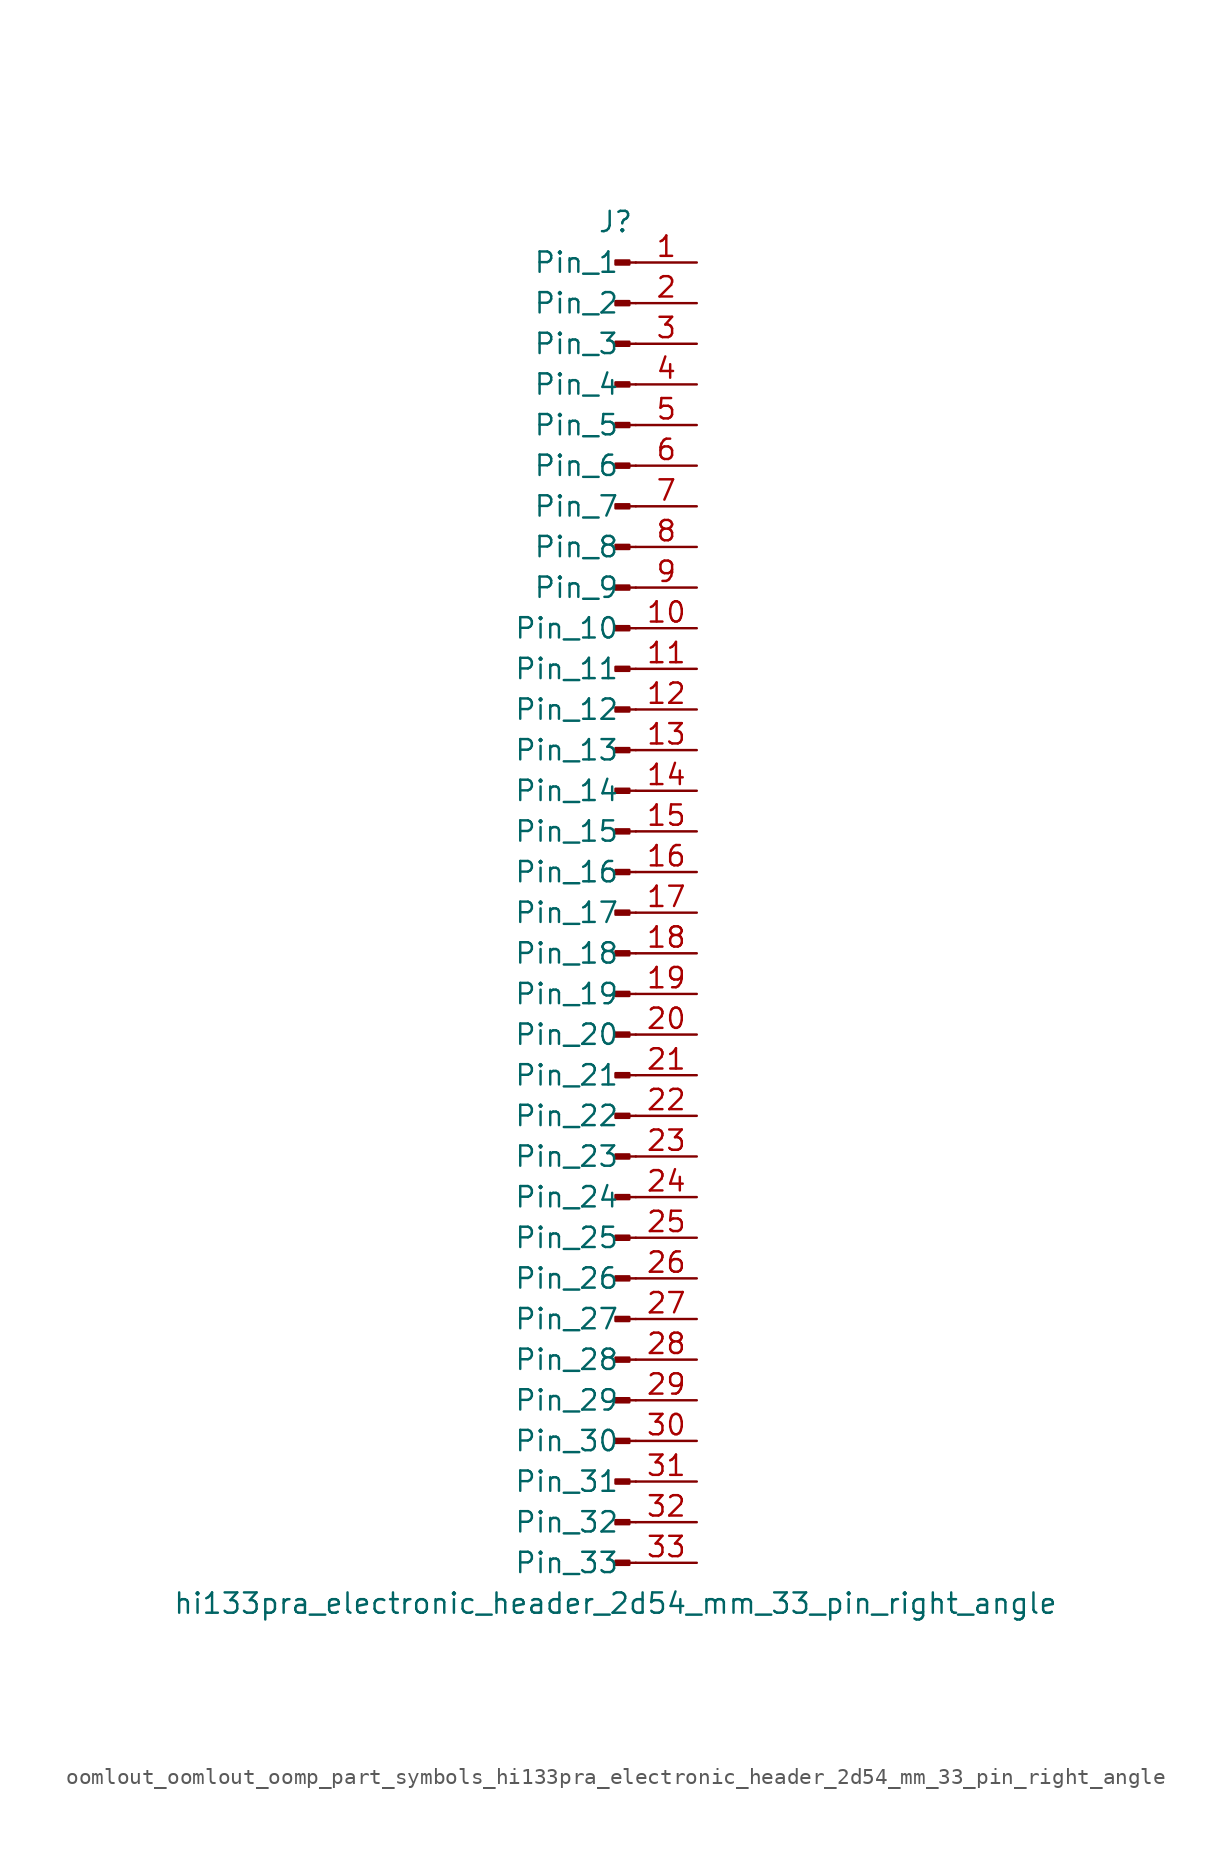
<source format=kicad_sym>
(kicad_symbol_lib
  (version 20220914)
  (generator kicad_symbol_editor)
  (symbol "oomlout_oomlout_oomp_part_symbols_hi133pra_electronic_header_2d54_mm_33_pin_right_angle"
    (pin_names
      (offset 1.016))
    (property "Reference" "J"
      (at 0 43.18 0)
      (effects (font (size 1.27 1.27))))
    (property "Value" "hi133pra_electronic_header_2d54_mm_33_pin_right_angle"
      (at 0 -43.18 0)
      (effects (font (size 1.27 1.27))))
    (property "ki_locked" ""
      (at 0 0 0)
      (effects (font (size 1.27 1.27))))
    (symbol "oomlout_oomlout_oomp_part_symbols_hi133pra_electronic_header_2d54_mm_33_pin_right_angle_1_1"
      (polyline (pts (xy 1.27 -40.64) (xy 0.864 -40.64)) (stroke (width 0.152) (type default)) (fill (type none)))
      (polyline (pts (xy 1.27 -38.1) (xy 0.864 -38.1)) (stroke (width 0.152) (type default)) (fill (type none)))
      (polyline (pts (xy 1.27 -35.56) (xy 0.864 -35.56)) (stroke (width 0.152) (type default)) (fill (type none)))
      (polyline (pts (xy 1.27 -33.02) (xy 0.864 -33.02)) (stroke (width 0.152) (type default)) (fill (type none)))
      (polyline (pts (xy 1.27 -30.48) (xy 0.864 -30.48)) (stroke (width 0.152) (type default)) (fill (type none)))
      (polyline (pts (xy 1.27 -27.94) (xy 0.864 -27.94)) (stroke (width 0.152) (type default)) (fill (type none)))
      (polyline (pts (xy 1.27 -25.4) (xy 0.864 -25.4)) (stroke (width 0.152) (type default)) (fill (type none)))
      (polyline (pts (xy 1.27 -22.86) (xy 0.864 -22.86)) (stroke (width 0.152) (type default)) (fill (type none)))
      (polyline (pts (xy 1.27 -20.32) (xy 0.864 -20.32)) (stroke (width 0.152) (type default)) (fill (type none)))
      (polyline (pts (xy 1.27 -17.78) (xy 0.864 -17.78)) (stroke (width 0.152) (type default)) (fill (type none)))
      (polyline (pts (xy 1.27 -15.24) (xy 0.864 -15.24)) (stroke (width 0.152) (type default)) (fill (type none)))
      (polyline (pts (xy 1.27 -12.7) (xy 0.864 -12.7)) (stroke (width 0.152) (type default)) (fill (type none)))
      (polyline (pts (xy 1.27 -10.16) (xy 0.864 -10.16)) (stroke (width 0.152) (type default)) (fill (type none)))
      (polyline (pts (xy 1.27 -7.62) (xy 0.864 -7.62)) (stroke (width 0.152) (type default)) (fill (type none)))
      (polyline (pts (xy 1.27 -5.08) (xy 0.864 -5.08)) (stroke (width 0.152) (type default)) (fill (type none)))
      (polyline (pts (xy 1.27 -2.54) (xy 0.864 -2.54)) (stroke (width 0.152) (type default)) (fill (type none)))
      (polyline (pts (xy 1.27 0) (xy 0.864 0)) (stroke (width 0.152) (type default)) (fill (type none)))
      (polyline (pts (xy 1.27 2.54) (xy 0.864 2.54)) (stroke (width 0.152) (type default)) (fill (type none)))
      (polyline (pts (xy 1.27 5.08) (xy 0.864 5.08)) (stroke (width 0.152) (type default)) (fill (type none)))
      (polyline (pts (xy 1.27 7.62) (xy 0.864 7.62)) (stroke (width 0.152) (type default)) (fill (type none)))
      (polyline (pts (xy 1.27 10.16) (xy 0.864 10.16)) (stroke (width 0.152) (type default)) (fill (type none)))
      (polyline (pts (xy 1.27 12.7) (xy 0.864 12.7)) (stroke (width 0.152) (type default)) (fill (type none)))
      (polyline (pts (xy 1.27 15.24) (xy 0.864 15.24)) (stroke (width 0.152) (type default)) (fill (type none)))
      (polyline (pts (xy 1.27 17.78) (xy 0.864 17.78)) (stroke (width 0.152) (type default)) (fill (type none)))
      (polyline (pts (xy 1.27 20.32) (xy 0.864 20.32)) (stroke (width 0.152) (type default)) (fill (type none)))
      (polyline (pts (xy 1.27 22.86) (xy 0.864 22.86)) (stroke (width 0.152) (type default)) (fill (type none)))
      (polyline (pts (xy 1.27 25.4) (xy 0.864 25.4)) (stroke (width 0.152) (type default)) (fill (type none)))
      (polyline (pts (xy 1.27 27.94) (xy 0.864 27.94)) (stroke (width 0.152) (type default)) (fill (type none)))
      (polyline (pts (xy 1.27 30.48) (xy 0.864 30.48)) (stroke (width 0.152) (type default)) (fill (type none)))
      (polyline (pts (xy 1.27 33.02) (xy 0.864 33.02)) (stroke (width 0.152) (type default)) (fill (type none)))
      (polyline (pts (xy 1.27 35.56) (xy 0.864 35.56)) (stroke (width 0.152) (type default)) (fill (type none)))
      (polyline (pts (xy 1.27 38.1) (xy 0.864 38.1)) (stroke (width 0.152) (type default)) (fill (type none)))
      (polyline (pts (xy 1.27 40.64) (xy 0.864 40.64)) (stroke (width 0.152) (type default)) (fill (type none)))
      (rectangle (start 0.864 -40.513) (end 0 -40.767) (stroke (width 0.152) (type default)) (fill (type outline)))
      (rectangle (start 0.864 -37.973) (end 0 -38.227) (stroke (width 0.152) (type default)) (fill (type outline)))
      (rectangle (start 0.864 -35.433) (end 0 -35.687) (stroke (width 0.152) (type default)) (fill (type outline)))
      (rectangle (start 0.864 -32.893) (end 0 -33.147) (stroke (width 0.152) (type default)) (fill (type outline)))
      (rectangle (start 0.864 -30.353) (end 0 -30.607) (stroke (width 0.152) (type default)) (fill (type outline)))
      (rectangle (start 0.864 -27.813) (end 0 -28.067) (stroke (width 0.152) (type default)) (fill (type outline)))
      (rectangle (start 0.864 -25.273) (end 0 -25.527) (stroke (width 0.152) (type default)) (fill (type outline)))
      (rectangle (start 0.864 -22.733) (end 0 -22.987) (stroke (width 0.152) (type default)) (fill (type outline)))
      (rectangle (start 0.864 -20.193) (end 0 -20.447) (stroke (width 0.152) (type default)) (fill (type outline)))
      (rectangle (start 0.864 -17.653) (end 0 -17.907) (stroke (width 0.152) (type default)) (fill (type outline)))
      (rectangle (start 0.864 -15.113) (end 0 -15.367) (stroke (width 0.152) (type default)) (fill (type outline)))
      (rectangle (start 0.864 -12.573) (end 0 -12.827) (stroke (width 0.152) (type default)) (fill (type outline)))
      (rectangle (start 0.864 -10.033) (end 0 -10.287) (stroke (width 0.152) (type default)) (fill (type outline)))
      (rectangle (start 0.864 -7.493) (end 0 -7.747) (stroke (width 0.152) (type default)) (fill (type outline)))
      (rectangle (start 0.864 -4.953) (end 0 -5.207) (stroke (width 0.152) (type default)) (fill (type outline)))
      (rectangle (start 0.864 -2.413) (end 0 -2.667) (stroke (width 0.152) (type default)) (fill (type outline)))
      (rectangle (start 0.864 0.127) (end 0 -0.127) (stroke (width 0.152) (type default)) (fill (type outline)))
      (rectangle (start 0.864 2.667) (end 0 2.413) (stroke (width 0.152) (type default)) (fill (type outline)))
      (rectangle (start 0.864 5.207) (end 0 4.953) (stroke (width 0.152) (type default)) (fill (type outline)))
      (rectangle (start 0.864 7.747) (end 0 7.493) (stroke (width 0.152) (type default)) (fill (type outline)))
      (rectangle (start 0.864 10.287) (end 0 10.033) (stroke (width 0.152) (type default)) (fill (type outline)))
      (rectangle (start 0.864 12.827) (end 0 12.573) (stroke (width 0.152) (type default)) (fill (type outline)))
      (rectangle (start 0.864 15.367) (end 0 15.113) (stroke (width 0.152) (type default)) (fill (type outline)))
      (rectangle (start 0.864 17.907) (end 0 17.653) (stroke (width 0.152) (type default)) (fill (type outline)))
      (rectangle (start 0.864 20.447) (end 0 20.193) (stroke (width 0.152) (type default)) (fill (type outline)))
      (rectangle (start 0.864 22.987) (end 0 22.733) (stroke (width 0.152) (type default)) (fill (type outline)))
      (rectangle (start 0.864 25.527) (end 0 25.273) (stroke (width 0.152) (type default)) (fill (type outline)))
      (rectangle (start 0.864 28.067) (end 0 27.813) (stroke (width 0.152) (type default)) (fill (type outline)))
      (rectangle (start 0.864 30.607) (end 0 30.353) (stroke (width 0.152) (type default)) (fill (type outline)))
      (rectangle (start 0.864 33.147) (end 0 32.893) (stroke (width 0.152) (type default)) (fill (type outline)))
      (rectangle (start 0.864 35.687) (end 0 35.433) (stroke (width 0.152) (type default)) (fill (type outline)))
      (rectangle (start 0.864 38.227) (end 0 37.973) (stroke (width 0.152) (type default)) (fill (type outline)))
      (rectangle (start 0.864 40.767) (end 0 40.513) (stroke (width 0.152) (type default)) (fill (type outline)))
      (pin passive line (at 5.08 40.64 180) (length 3.81) (name "Pin_1" (effects (font (size 1.27 1.27)))) (number "1" (effects (font (size 1.27 1.27)))))
      (pin passive line (at 5.08 17.78 180) (length 3.81) (name "Pin_10" (effects (font (size 1.27 1.27)))) (number "10" (effects (font (size 1.27 1.27)))))
      (pin passive line (at 5.08 15.24 180) (length 3.81) (name "Pin_11" (effects (font (size 1.27 1.27)))) (number "11" (effects (font (size 1.27 1.27)))))
      (pin passive line (at 5.08 12.7 180) (length 3.81) (name "Pin_12" (effects (font (size 1.27 1.27)))) (number "12" (effects (font (size 1.27 1.27)))))
      (pin passive line (at 5.08 10.16 180) (length 3.81) (name "Pin_13" (effects (font (size 1.27 1.27)))) (number "13" (effects (font (size 1.27 1.27)))))
      (pin passive line (at 5.08 7.62 180) (length 3.81) (name "Pin_14" (effects (font (size 1.27 1.27)))) (number "14" (effects (font (size 1.27 1.27)))))
      (pin passive line (at 5.08 5.08 180) (length 3.81) (name "Pin_15" (effects (font (size 1.27 1.27)))) (number "15" (effects (font (size 1.27 1.27)))))
      (pin passive line (at 5.08 2.54 180) (length 3.81) (name "Pin_16" (effects (font (size 1.27 1.27)))) (number "16" (effects (font (size 1.27 1.27)))))
      (pin passive line (at 5.08 0 180) (length 3.81) (name "Pin_17" (effects (font (size 1.27 1.27)))) (number "17" (effects (font (size 1.27 1.27)))))
      (pin passive line (at 5.08 -2.54 180) (length 3.81) (name "Pin_18" (effects (font (size 1.27 1.27)))) (number "18" (effects (font (size 1.27 1.27)))))
      (pin passive line (at 5.08 -5.08 180) (length 3.81) (name "Pin_19" (effects (font (size 1.27 1.27)))) (number "19" (effects (font (size 1.27 1.27)))))
      (pin passive line (at 5.08 38.1 180) (length 3.81) (name "Pin_2" (effects (font (size 1.27 1.27)))) (number "2" (effects (font (size 1.27 1.27)))))
      (pin passive line (at 5.08 -7.62 180) (length 3.81) (name "Pin_20" (effects (font (size 1.27 1.27)))) (number "20" (effects (font (size 1.27 1.27)))))
      (pin passive line (at 5.08 -10.16 180) (length 3.81) (name "Pin_21" (effects (font (size 1.27 1.27)))) (number "21" (effects (font (size 1.27 1.27)))))
      (pin passive line (at 5.08 -12.7 180) (length 3.81) (name "Pin_22" (effects (font (size 1.27 1.27)))) (number "22" (effects (font (size 1.27 1.27)))))
      (pin passive line (at 5.08 -15.24 180) (length 3.81) (name "Pin_23" (effects (font (size 1.27 1.27)))) (number "23" (effects (font (size 1.27 1.27)))))
      (pin passive line (at 5.08 -17.78 180) (length 3.81) (name "Pin_24" (effects (font (size 1.27 1.27)))) (number "24" (effects (font (size 1.27 1.27)))))
      (pin passive line (at 5.08 -20.32 180) (length 3.81) (name "Pin_25" (effects (font (size 1.27 1.27)))) (number "25" (effects (font (size 1.27 1.27)))))
      (pin passive line (at 5.08 -22.86 180) (length 3.81) (name "Pin_26" (effects (font (size 1.27 1.27)))) (number "26" (effects (font (size 1.27 1.27)))))
      (pin passive line (at 5.08 -25.4 180) (length 3.81) (name "Pin_27" (effects (font (size 1.27 1.27)))) (number "27" (effects (font (size 1.27 1.27)))))
      (pin passive line (at 5.08 -27.94 180) (length 3.81) (name "Pin_28" (effects (font (size 1.27 1.27)))) (number "28" (effects (font (size 1.27 1.27)))))
      (pin passive line (at 5.08 -30.48 180) (length 3.81) (name "Pin_29" (effects (font (size 1.27 1.27)))) (number "29" (effects (font (size 1.27 1.27)))))
      (pin passive line (at 5.08 35.56 180) (length 3.81) (name "Pin_3" (effects (font (size 1.27 1.27)))) (number "3" (effects (font (size 1.27 1.27)))))
      (pin passive line (at 5.08 -33.02 180) (length 3.81) (name "Pin_30" (effects (font (size 1.27 1.27)))) (number "30" (effects (font (size 1.27 1.27)))))
      (pin passive line (at 5.08 -35.56 180) (length 3.81) (name "Pin_31" (effects (font (size 1.27 1.27)))) (number "31" (effects (font (size 1.27 1.27)))))
      (pin passive line (at 5.08 -38.1 180) (length 3.81) (name "Pin_32" (effects (font (size 1.27 1.27)))) (number "32" (effects (font (size 1.27 1.27)))))
      (pin passive line (at 5.08 -40.64 180) (length 3.81) (name "Pin_33" (effects (font (size 1.27 1.27)))) (number "33" (effects (font (size 1.27 1.27)))))
      (pin passive line (at 5.08 33.02 180) (length 3.81) (name "Pin_4" (effects (font (size 1.27 1.27)))) (number "4" (effects (font (size 1.27 1.27)))))
      (pin passive line (at 5.08 30.48 180) (length 3.81) (name "Pin_5" (effects (font (size 1.27 1.27)))) (number "5" (effects (font (size 1.27 1.27)))))
      (pin passive line (at 5.08 27.94 180) (length 3.81) (name "Pin_6" (effects (font (size 1.27 1.27)))) (number "6" (effects (font (size 1.27 1.27)))))
      (pin passive line (at 5.08 25.4 180) (length 3.81) (name "Pin_7" (effects (font (size 1.27 1.27)))) (number "7" (effects (font (size 1.27 1.27)))))
      (pin passive line (at 5.08 22.86 180) (length 3.81) (name "Pin_8" (effects (font (size 1.27 1.27)))) (number "8" (effects (font (size 1.27 1.27)))))
      (pin passive line (at 5.08 20.32 180) (length 3.81) (name "Pin_9" (effects (font (size 1.27 1.27)))) (number "9" (effects (font (size 1.27 1.27))))))))
</source>
